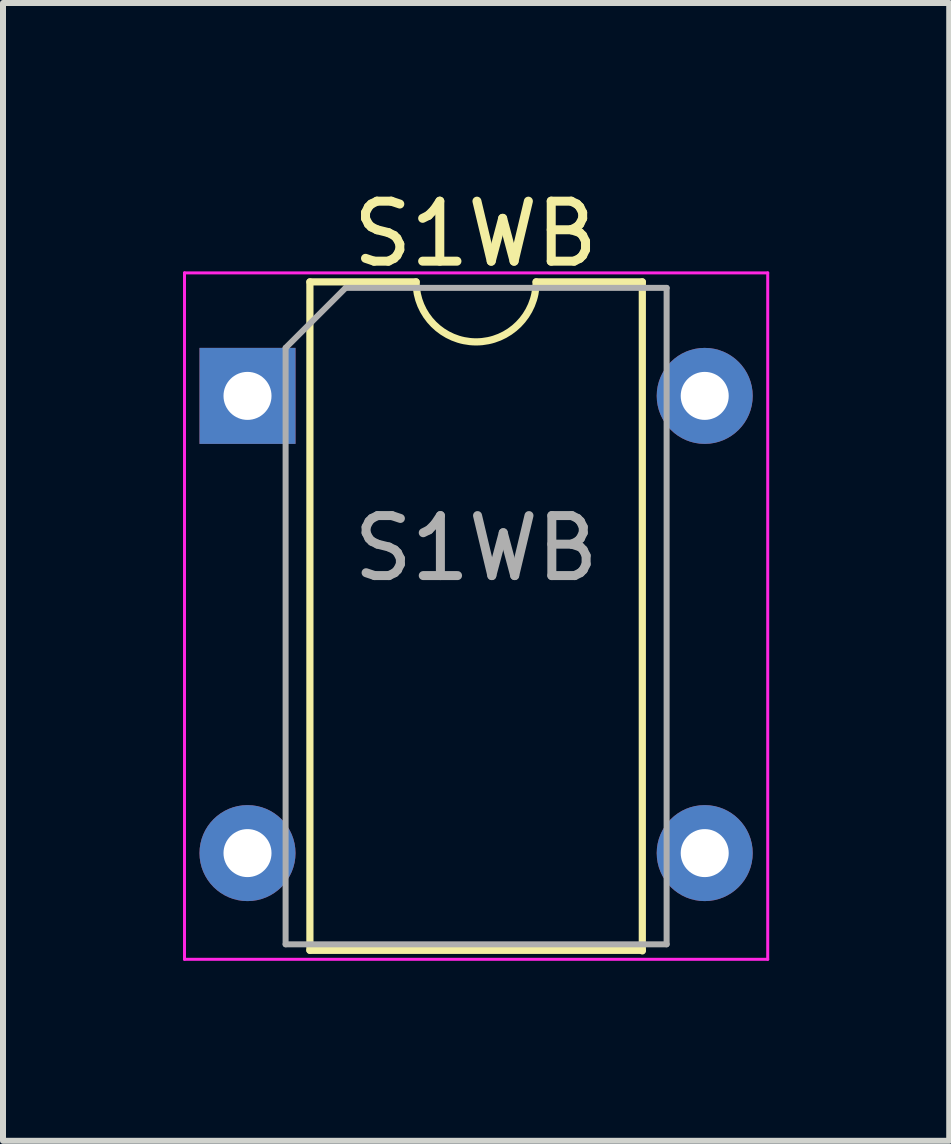
<source format=kicad_pcb>
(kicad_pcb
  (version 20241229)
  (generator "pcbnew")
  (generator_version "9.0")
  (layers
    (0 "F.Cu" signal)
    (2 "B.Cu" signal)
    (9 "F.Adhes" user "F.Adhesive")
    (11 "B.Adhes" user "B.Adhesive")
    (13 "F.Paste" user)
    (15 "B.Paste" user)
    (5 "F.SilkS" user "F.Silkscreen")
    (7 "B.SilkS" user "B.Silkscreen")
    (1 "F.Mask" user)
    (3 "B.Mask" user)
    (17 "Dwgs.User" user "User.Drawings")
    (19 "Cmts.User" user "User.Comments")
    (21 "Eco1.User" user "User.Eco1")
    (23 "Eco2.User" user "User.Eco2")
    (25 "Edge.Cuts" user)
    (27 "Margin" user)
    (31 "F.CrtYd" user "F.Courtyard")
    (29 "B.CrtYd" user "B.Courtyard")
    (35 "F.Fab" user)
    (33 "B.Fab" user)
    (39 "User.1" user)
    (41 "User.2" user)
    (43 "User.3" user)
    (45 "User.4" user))
  (footprint "S1WB"
    (layer "F.Cu")
    (at 1.075 3.548)
    (property "Reference" "S1WB" (at 3.8 -2.7 0) (layer "F.SilkS") (effects (font (size 1 1) (thickness 0.15))))
    (attr through_hole)
    (fp_line (start 1.04 -1.9) (end 1.04 9.24) (stroke (width 0.12) (type solid)) (layer "F.SilkS"))
    (fp_line (start 1.04 9.24) (end 6.58 9.24) (stroke (width 0.12) (type solid)) (layer "F.SilkS"))
    (fp_line (start 2.81 -1.9) (end 1.04 -1.9) (stroke (width 0.12) (type solid)) (layer "F.SilkS"))
    (fp_line (start 6.58 -1.9) (end 4.81 -1.9) (stroke (width 0.12) (type solid)) (layer "F.SilkS"))
    (fp_line (start 6.58 9.25) (end 6.58 -1.9) (stroke (width 0.12) (type solid)) (layer "F.SilkS"))
    (fp_arc (start 4.81 -1.9) (mid 3.81 -0.9) (end 2.81 -1.9) (stroke (width 0.12) (type solid)) (layer "F.SilkS"))
    (fp_line (start -1.05 -2.05) (end -1.05 9.39) (stroke (width 0.05) (type solid)) (layer "F.CrtYd"))
    (fp_line (start -1.05 -2.05) (end 8.67 -2.05) (stroke (width 0.05) (type solid)) (layer "F.CrtYd"))
    (fp_line (start 8.67 9.39) (end -1.05 9.39) (stroke (width 0.05) (type solid)) (layer "F.CrtYd"))
    (fp_line (start 8.67 9.39) (end 8.67 -2.05) (stroke (width 0.05) (type solid)) (layer "F.CrtYd"))
    (fp_line (start 0.635 -0.8) (end 1.635 -1.8) (stroke (width 0.1) (type solid)) (layer "F.Fab"))
    (fp_line (start 0.635 9.14) (end 0.635 -0.8) (stroke (width 0.1) (type solid)) (layer "F.Fab"))
    (fp_line (start 1.635 -1.8) (end 6.985 -1.8) (stroke (width 0.1) (type solid)) (layer "F.Fab"))
    (fp_line (start 6.985 -1.8) (end 6.985 9.14) (stroke (width 0.1) (type solid)) (layer "F.Fab"))
    (fp_line (start 6.985 9.14) (end 0.635 9.14) (stroke (width 0.1) (type solid)) (layer "F.Fab"))
    (fp_text user "${REFERENCE}" (at 3.81 2.54 0) (layer "F.Fab") (effects (font (size 1 1) (thickness 0.15))))
    (pad "1" thru_hole rect (at 0 0) (size 1.6 1.6) (drill 0.8) (layers "*.Cu" "*.Mask"))
    (pad "2" thru_hole oval (at 0 7.62) (size 1.6 1.6) (drill 0.8) (layers "*.Cu" "*.Mask"))
    (pad "3" thru_hole oval (at 7.62 7.62) (size 1.6 1.6) (drill 0.8) (layers "*.Cu" "*.Mask"))
    (pad "4" thru_hole oval (at 7.62 0) (size 1.6 1.6) (drill 0.8) (layers "*.Cu" "*.Mask")))
  (gr_rect
    (start -3 -3)
    (end 12.77 15.963)
    (stroke (width 0.1) (type default))
    (fill no)
    (layer "Edge.Cuts")))
</source>
